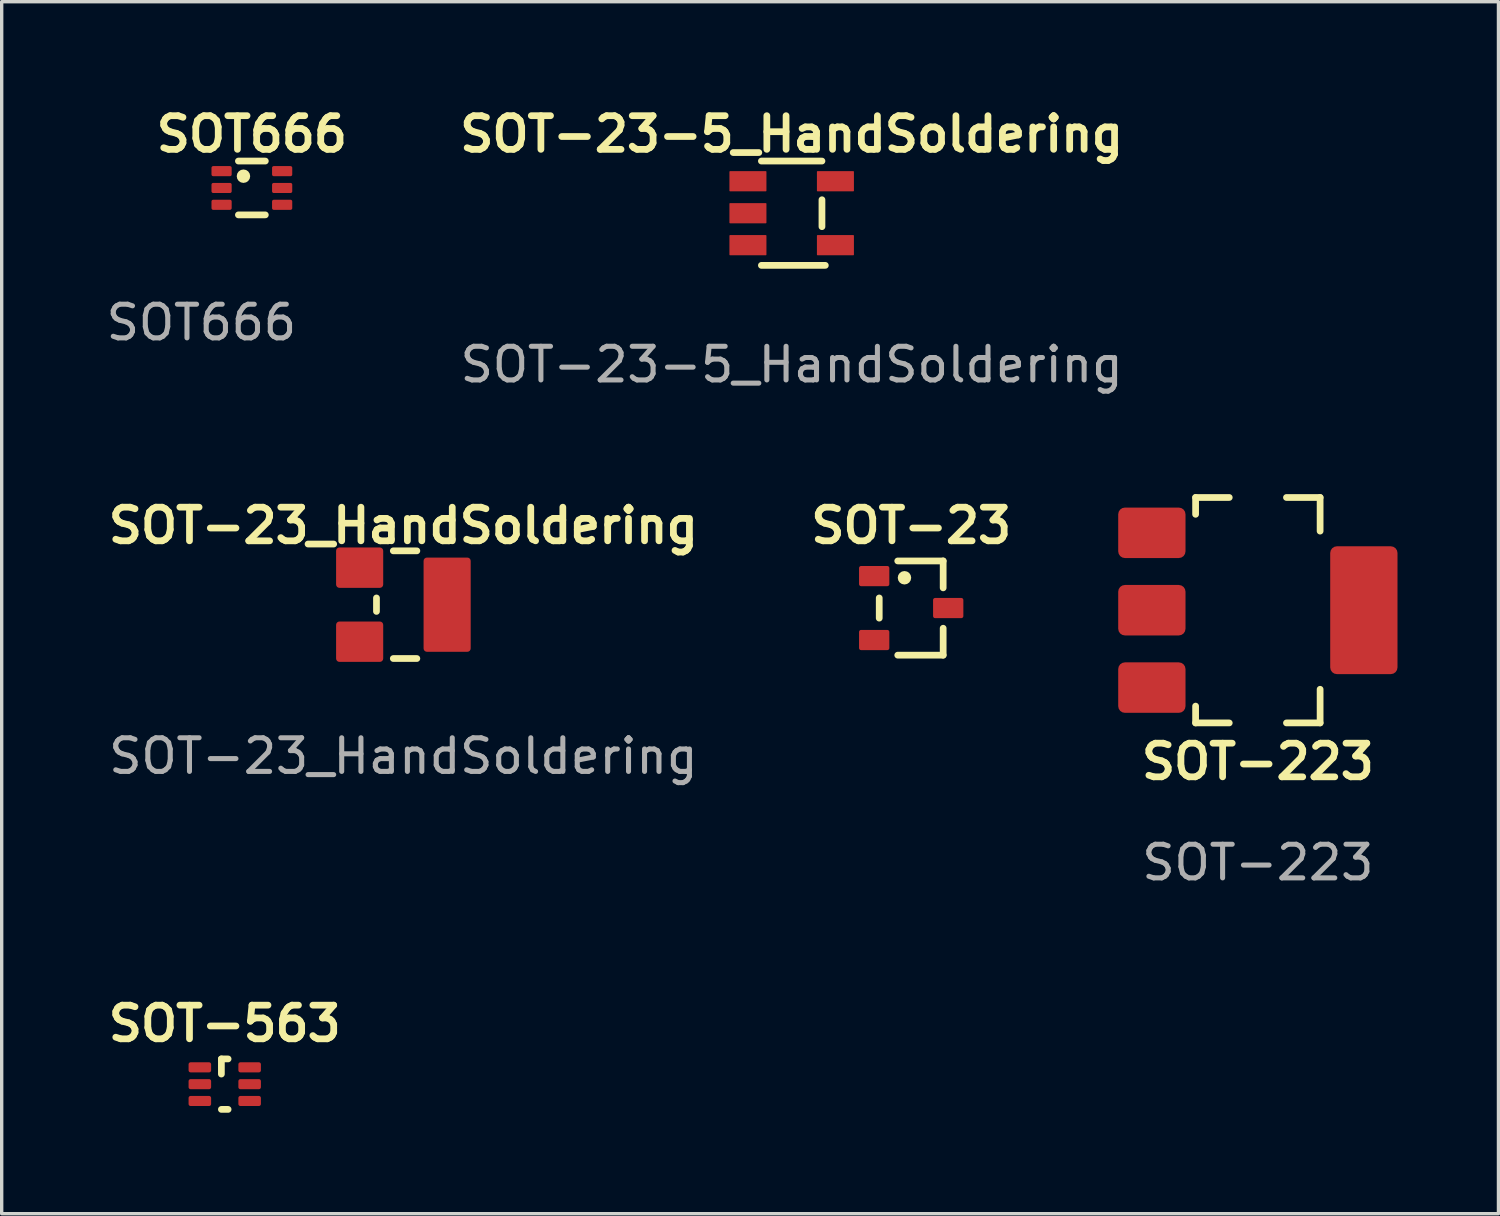
<source format=kicad_pcb>
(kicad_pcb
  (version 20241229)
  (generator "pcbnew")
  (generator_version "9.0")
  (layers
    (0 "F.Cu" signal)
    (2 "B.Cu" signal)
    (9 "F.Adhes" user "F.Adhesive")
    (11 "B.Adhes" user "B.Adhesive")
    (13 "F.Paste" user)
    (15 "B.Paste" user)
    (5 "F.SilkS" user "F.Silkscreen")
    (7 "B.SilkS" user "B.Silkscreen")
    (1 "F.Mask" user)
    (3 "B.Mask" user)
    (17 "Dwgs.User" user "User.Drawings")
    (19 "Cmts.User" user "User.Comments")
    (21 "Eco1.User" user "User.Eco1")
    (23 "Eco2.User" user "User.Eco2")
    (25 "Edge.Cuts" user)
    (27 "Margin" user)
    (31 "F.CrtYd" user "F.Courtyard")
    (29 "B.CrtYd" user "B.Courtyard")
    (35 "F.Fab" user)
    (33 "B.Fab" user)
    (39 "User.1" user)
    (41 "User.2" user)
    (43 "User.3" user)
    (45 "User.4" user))
  (footprint "SOT666"
    (layer "F.Cu")
    (at 4.435 2.536)
    (property "Reference" "SOT666" (at 0 -1.6 0) (unlocked yes) (layer "F.SilkS") (effects (font (size 1 1) (thickness 0.2) (bold yes))))
    (attr smd)
    (fp_line (start -0.4 -0.8) (end 0.4 -0.8) (stroke (width 0.2) (type default)) (layer "F.SilkS"))
    (fp_line (start -0.4 0.8) (end 0.4 0.8) (stroke (width 0.2) (type default)) (layer "F.SilkS"))
    (fp_circle (center -0.25 -0.35) (end -0.25 -0.25) (stroke (width 0.2) (type default)) (fill no) (layer "F.SilkS"))
    (fp_text user "${REFERENCE}" (at -1.5 4 0) (unlocked yes) (layer "F.Fab") (effects (font (size 1 1) (thickness 0.15))))
    (pad "1" smd roundrect (at -0.9 -0.5) (size 0.6 0.3) (layers "F.Cu" "F.Mask" "F.Paste") (roundrect_rratio 0.167))
    (pad "2" smd roundrect (at -0.9 0) (size 0.6 0.3) (layers "F.Cu" "F.Mask" "F.Paste") (roundrect_rratio 0.167))
    (pad "3" smd roundrect (at -0.9 0.5) (size 0.6 0.3) (layers "F.Cu" "F.Mask" "F.Paste") (roundrect_rratio 0.167))
    (pad "4" smd roundrect (at 0.9 0.5) (size 0.6 0.3) (layers "F.Cu" "F.Mask" "F.Paste") (roundrect_rratio 0.167))
    (pad "5" smd roundrect (at 0.9 0) (size 0.6 0.3) (layers "F.Cu" "F.Mask" "F.Paste") (roundrect_rratio 0.167))
    (pad "6" smd roundrect (at 0.9 -0.5) (size 0.6 0.3) (layers "F.Cu" "F.Mask" "F.Paste") (roundrect_rratio 0.167)))
  (footprint "SOT-563"
    (layer "F.Cu")
    (at 3.629 29.169)
    (property "Reference" "SOT-563" (at 0 -1.8 0) (layer "F.SilkS") (effects (font (size 1 1) (thickness 0.2) (bold yes))))
    (attr smd)
    (fp_line (start -0.1 -0.75) (end -0.1 -0.3) (stroke (width 0.2) (type solid)) (layer "F.SilkS"))
    (fp_line (start -0.1 -0.75) (end 0.1 -0.75) (stroke (width 0.2) (type default)) (layer "F.SilkS"))
    (fp_line (start -0.1 0.75) (end 0.1 0.75) (stroke (width 0.2) (type default)) (layer "F.SilkS"))
    (pad "1" smd roundrect (at -0.74 -0.5) (size 0.67 0.3) (layers "F.Cu" "F.Mask" "F.Paste") (roundrect_rratio 0.2))
    (pad "2" smd roundrect (at -0.74 0) (size 0.67 0.3) (layers "F.Cu" "F.Mask" "F.Paste") (roundrect_rratio 0.2))
    (pad "3" smd roundrect (at -0.74 0.5) (size 0.67 0.3) (layers "F.Cu" "F.Mask" "F.Paste") (roundrect_rratio 0.2))
    (pad "4" smd roundrect (at 0.74 0.5) (size 0.67 0.3) (layers "F.Cu" "F.Mask" "F.Paste") (roundrect_rratio 0.2))
    (pad "5" smd roundrect (at 0.74 0) (size 0.67 0.3) (layers "F.Cu" "F.Mask" "F.Paste") (roundrect_rratio 0.2))
    (pad "6" smd roundrect (at 0.74 -0.5) (size 0.67 0.3) (layers "F.Cu" "F.Mask" "F.Paste") (roundrect_rratio 0.2)))
  (footprint "SOT-23"
    (layer "F.Cu")
    (at 24.029 15.02)
    (property "Reference" "SOT-23" (at 0 -2.45 0) (layer "F.SilkS") (effects (font (size 1 1) (thickness 0.2) (bold yes))))
    (attr smd)
    (fp_line (start -0.95 0.3) (end -0.95 -0.3) (stroke (width 0.2) (type solid)) (layer "F.SilkS"))
    (fp_line (start -0.4 -1.4) (end 0.95 -1.4) (stroke (width 0.2) (type solid)) (layer "F.SilkS"))
    (fp_line (start -0.4 1.4) (end 0.95 1.4) (stroke (width 0.2) (type solid)) (layer "F.SilkS"))
    (fp_line (start 0.95 -1.4) (end 0.95 -0.6) (stroke (width 0.2) (type solid)) (layer "F.SilkS"))
    (fp_line (start 0.95 1.4) (end 0.95 0.6) (stroke (width 0.2) (type solid)) (layer "F.SilkS"))
    (fp_circle (center -0.2 -0.9) (end -0.2 -0.8) (stroke (width 0.2) (type solid)) (fill no) (layer "F.SilkS"))
    (pad "1" smd roundrect (at -1.1 -0.95) (size 0.9 0.6) (layers "F.Cu" "F.Mask" "F.Paste") (roundrect_rratio 0.1))
    (pad "2" smd roundrect (at -1.1 0.95) (size 0.9 0.6) (layers "F.Cu" "F.Mask" "F.Paste") (roundrect_rratio 0.1))
    (pad "3" smd roundrect (at 1.1 0) (size 0.9 0.6) (layers "F.Cu" "F.Mask" "F.Paste") (roundrect_rratio 0.1)))
  (footprint "SOT-223"
    (layer "F.Cu")
    (at 34.331 15.084)
    (property "Reference" "SOT-223" (at 0 4.5 0) (unlocked yes) (layer "F.SilkS") (effects (font (size 1 1) (thickness 0.2) (bold yes))))
    (attr smd)
    (fp_line (start -1.85 -3.35) (end -1.85 -2.85) (stroke (width 0.2) (type default)) (layer "F.SilkS"))
    (fp_line (start -1.85 -3.35) (end -0.85 -3.35) (stroke (width 0.2) (type default)) (layer "F.SilkS"))
    (fp_line (start -1.85 3.35) (end -1.85 2.85) (stroke (width 0.2) (type default)) (layer "F.SilkS"))
    (fp_line (start -1.85 3.35) (end -0.85 3.35) (stroke (width 0.2) (type default)) (layer "F.SilkS"))
    (fp_line (start 1.85 -3.35) (end 0.85 -3.35) (stroke (width 0.2) (type default)) (layer "F.SilkS"))
    (fp_line (start 1.85 -3.35) (end 1.85 -2.35) (stroke (width 0.2) (type default)) (layer "F.SilkS"))
    (fp_line (start 1.85 3.35) (end 0.85 3.35) (stroke (width 0.2) (type default)) (layer "F.SilkS"))
    (fp_line (start 1.85 3.35) (end 1.85 2.35) (stroke (width 0.2) (type default)) (layer "F.SilkS"))
    (fp_rect (start -1.65 -3.15) (end 1.65 3.15) (stroke (width 0.2) (type default)) (fill no) (layer "User.1"))
    (fp_text user "${REFERENCE}" (at 0 7.5 0) (unlocked yes) (layer "F.Fab") (effects (font (size 1 1) (thickness 0.15))))
    (pad "1" smd roundrect (at -3.15 -2.3) (size 2 1.5) (layers "F.Cu" "F.Mask" "F.Paste") (roundrect_rratio 0.133))
    (pad "2" smd roundrect (at -3.15 0) (size 2 1.5) (layers "F.Cu" "F.Mask" "F.Paste") (roundrect_rratio 0.133))
    (pad "2" smd roundrect (at 3.15 0) (size 2 3.8) (layers "F.Cu" "F.Mask" "F.Paste") (roundrect_rratio 0.1))
    (pad "3" smd roundrect (at -3.15 2.3) (size 2 1.5) (layers "F.Cu" "F.Mask" "F.Paste") (roundrect_rratio 0.133)))
  (footprint "SOT-23-5_HandSoldering"
    (layer "F.Cu")
    (at 20.477 3.286)
    (property "Reference" "SOT-23-5_HandSoldering" (at 0 -2.35 0) (unlocked yes) (layer "F.SilkS") (effects (font (size 1 1) (thickness 0.2) (bold yes))))
    (attr smd)
    (fp_line (start -0.9 -1.55) (end 0.9 -1.55) (stroke (width 0.2) (type default)) (layer "F.SilkS"))
    (fp_line (start -0.9 1.55) (end 1 1.55) (stroke (width 0.2) (type default)) (layer "F.SilkS"))
    (fp_line (start 0.9 -0.4) (end 0.9 0.4) (stroke (width 0.2) (type default)) (layer "F.SilkS"))
    (fp_text user "${REFERENCE}" (at 0 4.5 0) (unlocked yes) (layer "F.Fab") (effects (font (size 1 1) (thickness 0.15))))
    (pad "1" smd roundrect (at -1.3 -0.95) (size 1.1 0.6) (layers "F.Cu" "F.Mask" "F.Paste") (roundrect_rratio 0.033))
    (pad "2" smd roundrect (at -1.3 0) (size 1.1 0.6) (layers "F.Cu" "F.Mask" "F.Paste") (roundrect_rratio 0.033))
    (pad "3" smd roundrect (at -1.3 0.95) (size 1.1 0.6) (layers "F.Cu" "F.Mask" "F.Paste") (roundrect_rratio 0.033))
    (pad "4" smd roundrect (at 1.3 0.95) (size 1.1 0.6) (layers "F.Cu" "F.Mask" "F.Paste") (roundrect_rratio 0.033))
    (pad "5" smd roundrect (at 1.3 -0.95) (size 1.1 0.6) (layers "F.Cu" "F.Mask" "F.Paste") (roundrect_rratio 0.033)))
  (footprint "SOT-23_HandSoldering"
    (layer "F.Cu")
    (at 8.938 14.92)
    (property "Reference" "SOT-23_HandSoldering" (at 0 -2.35 0) (unlocked yes) (layer "F.SilkS") (effects (font (size 1 1) (thickness 0.2) (bold yes))))
    (attr smd)
    (fp_line (start -0.8 -0.2) (end -0.8 0.2) (stroke (width 0.2) (type default)) (layer "F.SilkS"))
    (fp_line (start -0.3 -1.6) (end 0.4 -1.6) (stroke (width 0.2) (type default)) (layer "F.SilkS"))
    (fp_line (start -0.3 1.6) (end 0.4 1.6) (stroke (width 0.2) (type default)) (layer "F.SilkS"))
    (fp_text user "${REFERENCE}" (at 0 4.5 0) (unlocked yes) (layer "F.Fab") (effects (font (size 1 1) (thickness 0.15))))
    (pad "1" smd roundrect (at -1.3 -1.1) (size 1.4 1.2) (layers "F.Cu" "F.Mask" "F.Paste") (roundrect_rratio 0.083))
    (pad "2" smd roundrect (at -1.3 1.1) (size 1.4 1.2) (layers "F.Cu" "F.Mask" "F.Paste") (roundrect_rratio 0.083))
    (pad "3" smd roundrect (at 1.3 0) (size 1.4 2.8) (layers "F.Cu" "F.Mask" "F.Paste") (roundrect_rratio 0.071)))
  (gr_rect
    (start -3 -3)
    (end 41.481 33.019)
    (stroke (width 0.1) (type default))
    (fill no)
    (layer "Edge.Cuts")))
</source>
